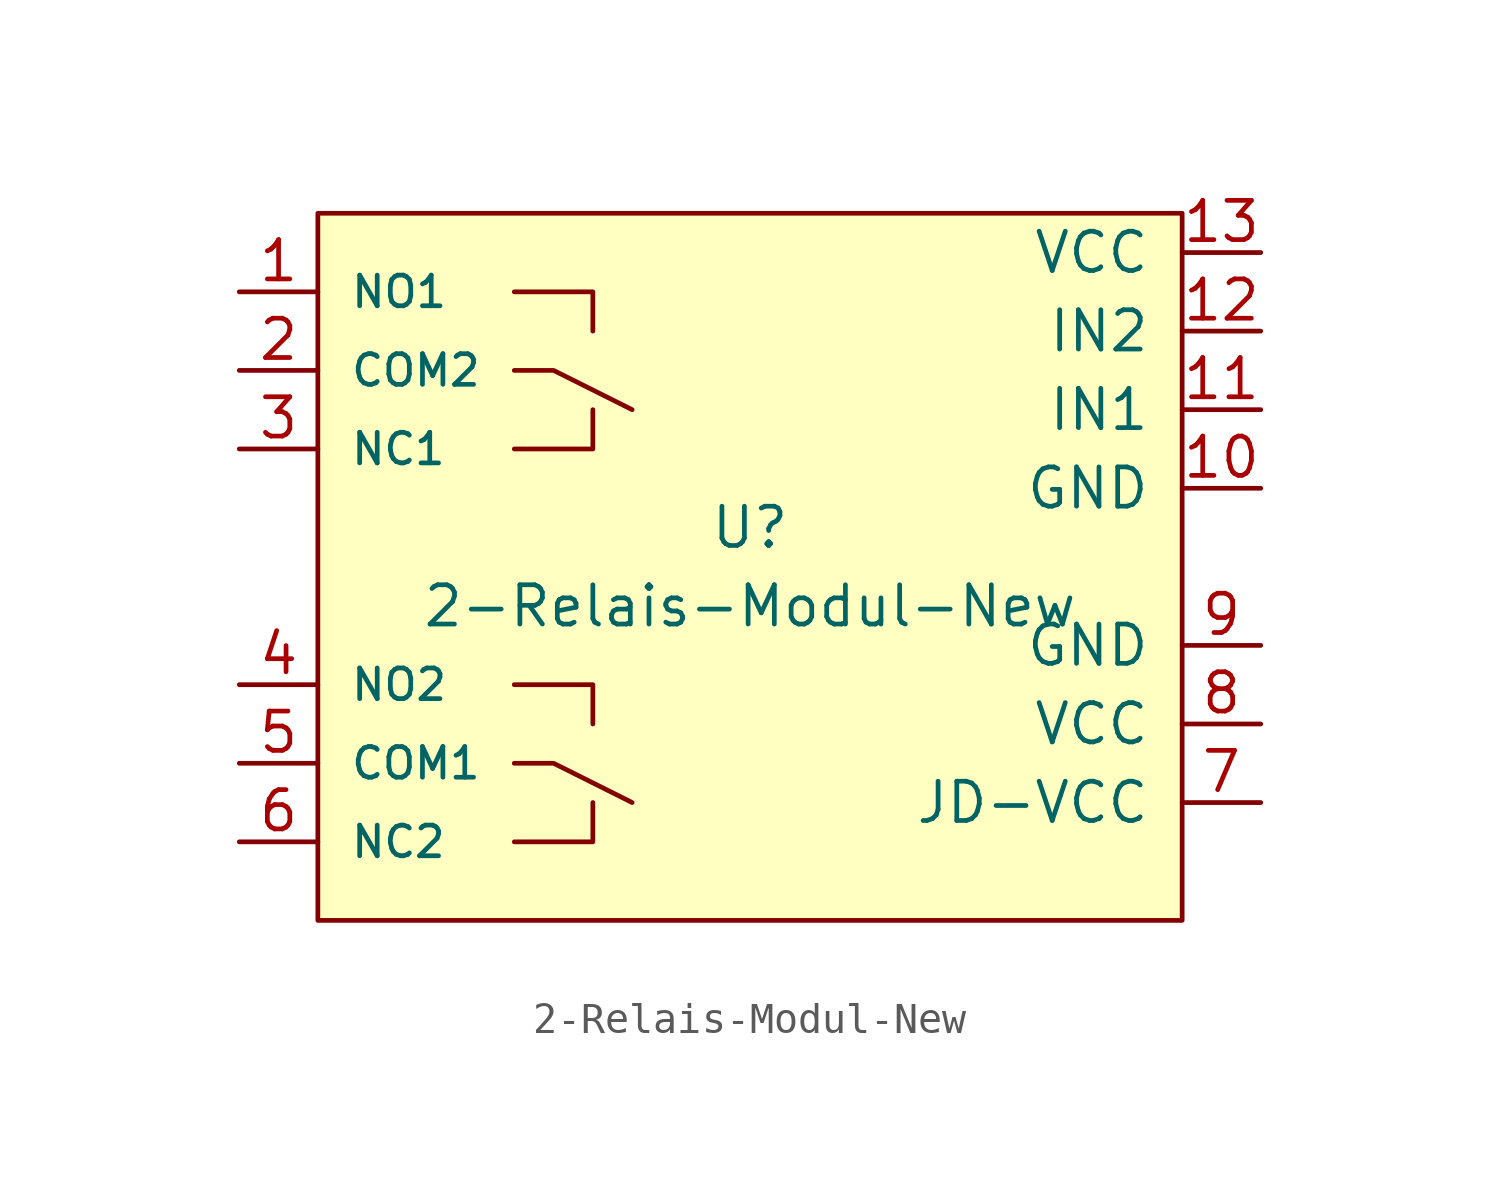
<source format=kicad_sym>
(kicad_symbol_lib
  (version 20220914)
  (generator kicad_symbol_editor)
  (symbol "2-Relais-Modul-New"
    (pin_names
      (offset 1.016))
    (property "Reference" "U"
      (at 0 1.27 0)
      (effects (font (size 1.27 1.27))))
    (property "Value" "2-Relais-Modul-New"
      (at 0 -1.27 0)
      (effects (font (size 1.27 1.27))))
    (symbol "2-Relais-Modul-New_0_1"
      (rectangle (start -13.97 11.43) (end 13.97 -11.43) (stroke (width 0) (type solid)) (fill (type background)))
      (polyline (pts (xy -7.62 -8.89) (xy -5.08 -8.89) (xy -5.08 -7.62)) (stroke (width 0) (type solid)) (fill (type none)))
      (polyline (pts (xy -7.62 -6.35) (xy -6.35 -6.35) (xy -3.81 -7.62)) (stroke (width 0) (type solid)) (fill (type none)))
      (polyline (pts (xy -7.62 3.81) (xy -5.08 3.81) (xy -5.08 5.08)) (stroke (width 0) (type solid)) (fill (type none)))
      (polyline (pts (xy -7.62 6.35) (xy -6.35 6.35) (xy -3.81 5.08)) (stroke (width 0) (type solid)) (fill (type none)))
      (polyline (pts (xy -5.08 -5.08) (xy -5.08 -3.81) (xy -7.62 -3.81)) (stroke (width 0) (type solid)) (fill (type none)))
      (polyline (pts (xy -5.08 7.62) (xy -5.08 8.89) (xy -7.62 8.89)) (stroke (width 0) (type solid)) (fill (type none))))
    (symbol "2-Relais-Modul-New_1_1"
      (pin input line (at -16.51 8.89 0) (length 2.54) (name "NO1" (effects (font (size 0.991 0.991)))) (number "1" (effects (font (size 1.27 1.27)))))
      (pin input line (at 16.51 2.54 180) (length 2.54) (name "GND" (effects (font (size 1.27 1.27)))) (number "10" (effects (font (size 1.27 1.27)))))
      (pin input line (at 16.51 5.08 180) (length 2.54) (name "IN1" (effects (font (size 1.27 1.27)))) (number "11" (effects (font (size 1.27 1.27)))))
      (pin input line (at 16.51 7.62 180) (length 2.54) (name "IN2" (effects (font (size 1.27 1.27)))) (number "12" (effects (font (size 1.27 1.27)))))
      (pin input line (at 16.51 10.16 180) (length 2.54) (name "VCC" (effects (font (size 1.27 1.27)))) (number "13" (effects (font (size 1.27 1.27)))))
      (pin input line (at -16.51 6.35 0) (length 2.54) (name "COM2" (effects (font (size 0.991 0.991)))) (number "2" (effects (font (size 1.27 1.27)))))
      (pin input line (at -16.51 3.81 0) (length 2.54) (name "NC1" (effects (font (size 0.991 0.991)))) (number "3" (effects (font (size 1.27 1.27)))))
      (pin input line (at -16.51 -3.81 0) (length 2.54) (name "NO2" (effects (font (size 0.991 0.991)))) (number "4" (effects (font (size 1.27 1.27)))))
      (pin input line (at -16.51 -6.35 0) (length 2.54) (name "COM1" (effects (font (size 0.991 0.991)))) (number "5" (effects (font (size 1.27 1.27)))))
      (pin input line (at -16.51 -8.89 0) (length 2.54) (name "NC2" (effects (font (size 0.991 0.991)))) (number "6" (effects (font (size 1.27 1.27)))))
      (pin input line (at 16.51 -7.62 180) (length 2.54) (name "JD-VCC" (effects (font (size 1.27 1.27)))) (number "7" (effects (font (size 1.27 1.27)))))
      (pin input line (at 16.51 -5.08 180) (length 2.54) (name "VCC" (effects (font (size 1.27 1.27)))) (number "8" (effects (font (size 1.27 1.27)))))
      (pin input line (at 16.51 -2.54 180) (length 2.54) (name "GND" (effects (font (size 1.27 1.27)))) (number "9" (effects (font (size 1.27 1.27))))))))
</source>
